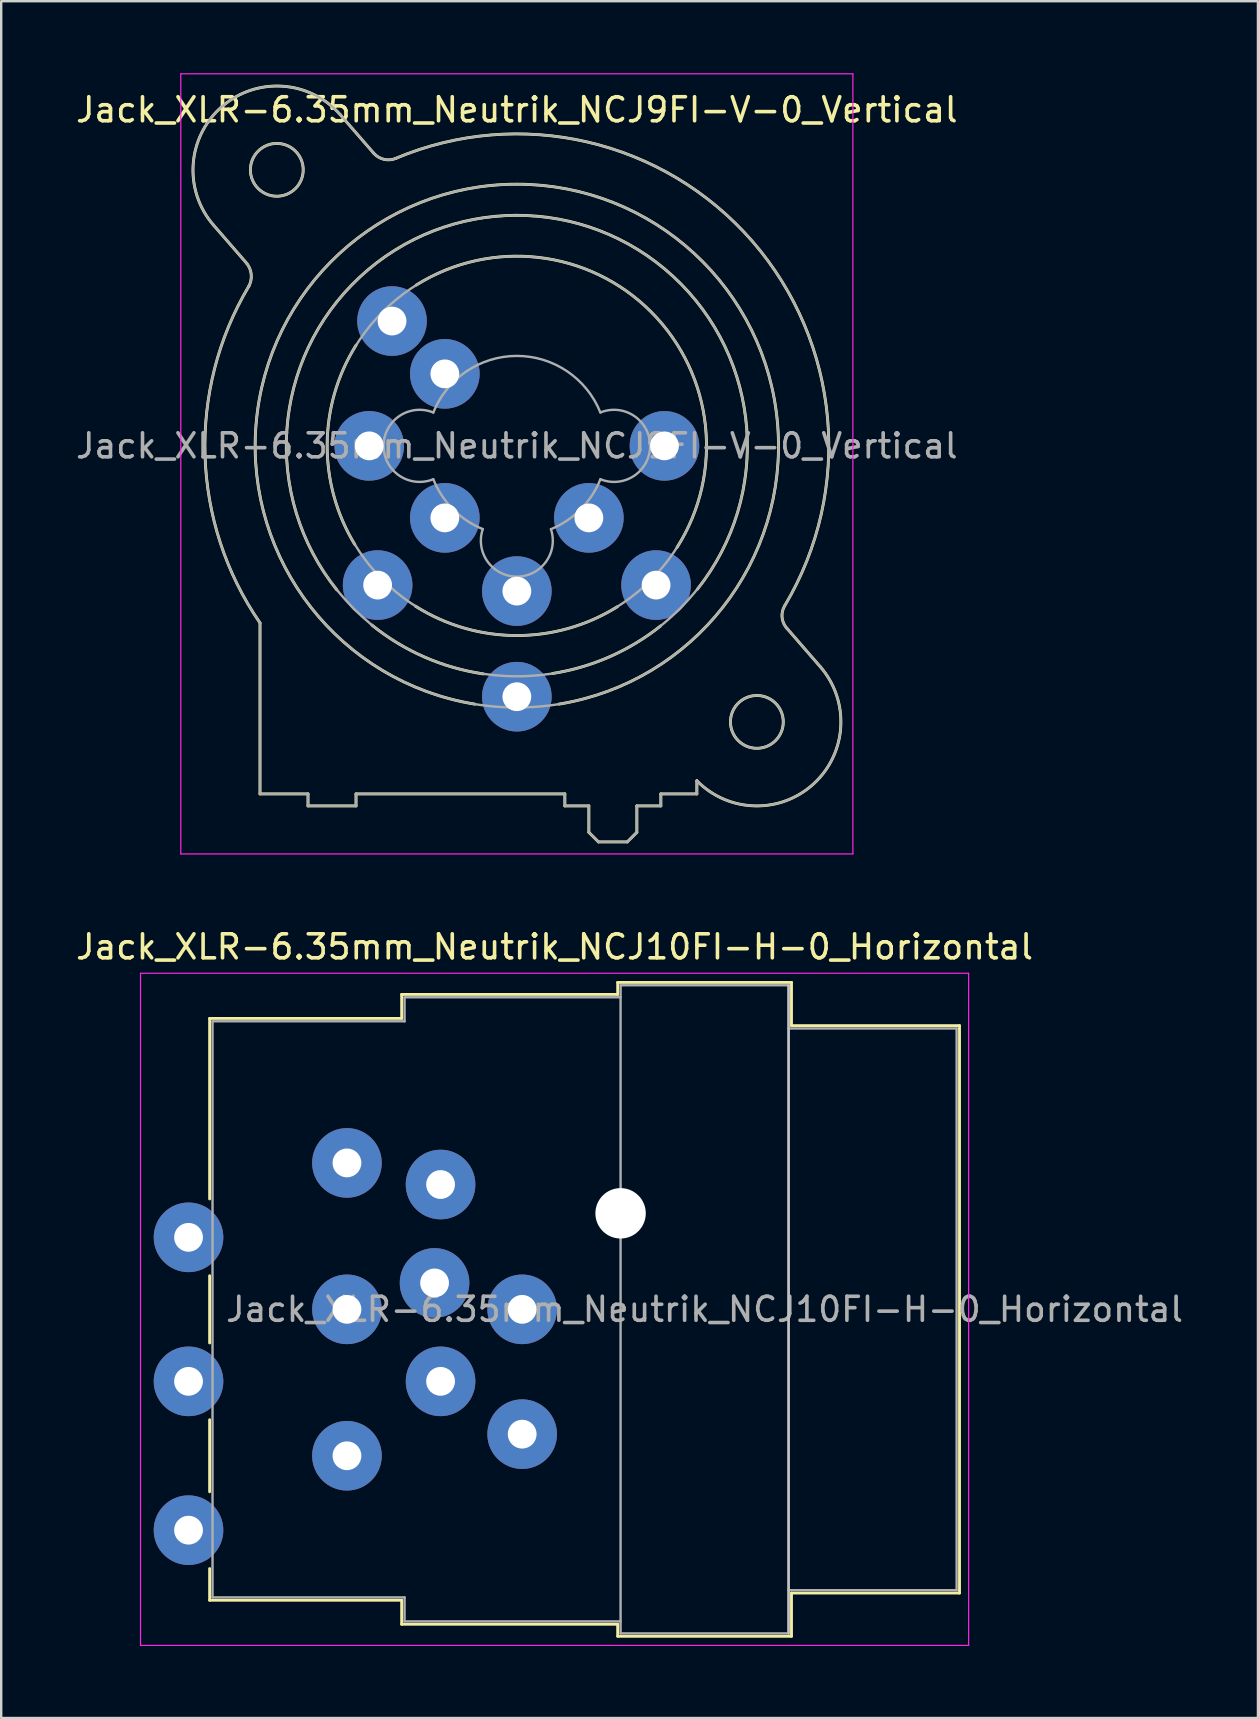
<source format=kicad_pcb>
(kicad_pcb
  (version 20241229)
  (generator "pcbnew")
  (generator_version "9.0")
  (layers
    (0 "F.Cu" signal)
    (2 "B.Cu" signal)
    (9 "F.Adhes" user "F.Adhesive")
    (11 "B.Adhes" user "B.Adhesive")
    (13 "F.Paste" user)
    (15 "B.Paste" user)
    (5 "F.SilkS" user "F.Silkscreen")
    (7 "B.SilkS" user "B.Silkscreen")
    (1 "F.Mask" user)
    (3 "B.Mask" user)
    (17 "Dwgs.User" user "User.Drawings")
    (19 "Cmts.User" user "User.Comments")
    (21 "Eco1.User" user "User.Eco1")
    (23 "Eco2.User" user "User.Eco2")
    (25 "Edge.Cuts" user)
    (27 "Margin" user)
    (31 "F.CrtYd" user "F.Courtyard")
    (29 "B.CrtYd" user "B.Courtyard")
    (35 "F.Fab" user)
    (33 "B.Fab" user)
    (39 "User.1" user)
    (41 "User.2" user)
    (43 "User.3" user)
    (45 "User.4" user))
  (footprint "Jack_XLR-6.35mm_Neutrik_NCJ10FI-H-0_Horizontal"
    (layer "F.Cu")
    (at 11.404 45.398)
    (property "Reference" "Jack_XLR-6.35mm_Neutrik_NCJ10FI-H-0_Horizontal" (at 8.65 -9 0) (layer "F.SilkS") (effects (font (size 1 1) (thickness 0.15))))
    (attr through_hole)
    (fp_line (start -5.72 -6.02) (end -5.72 1.5) (stroke (width 0.12) (type solid)) (layer "F.SilkS"))
    (fp_line (start -5.72 4.7) (end -5.72 7.5) (stroke (width 0.12) (type solid)) (layer "F.SilkS"))
    (fp_line (start -5.72 10.7) (end -5.72 13.7) (stroke (width 0.12) (type solid)) (layer "F.SilkS"))
    (fp_line (start -5.72 16.9) (end -5.72 18.22) (stroke (width 0.12) (type solid)) (layer "F.SilkS"))
    (fp_line (start 2.28 -7.02) (end 2.28 -6.02) (stroke (width 0.12) (type solid)) (layer "F.SilkS"))
    (fp_line (start 2.28 -6.02) (end -5.72 -6.02) (stroke (width 0.12) (type solid)) (layer "F.SilkS"))
    (fp_line (start 2.28 18.22) (end -5.72 18.22) (stroke (width 0.12) (type solid)) (layer "F.SilkS"))
    (fp_line (start 2.28 19.22) (end 2.28 18.22) (stroke (width 0.12) (type solid)) (layer "F.SilkS"))
    (fp_line (start 11.28 -7.02) (end 2.28 -7.02) (stroke (width 0.12) (type solid)) (layer "F.SilkS"))
    (fp_line (start 11.28 -7.02) (end 11.28 -7.52) (stroke (width 0.12) (type solid)) (layer "F.SilkS"))
    (fp_line (start 11.28 19.22) (end 2.28 19.22) (stroke (width 0.12) (type solid)) (layer "F.SilkS"))
    (fp_line (start 11.28 19.72) (end 11.28 19.22) (stroke (width 0.12) (type solid)) (layer "F.SilkS"))
    (fp_line (start 18.52 -7.52) (end 11.28 -7.52) (stroke (width 0.12) (type solid)) (layer "F.SilkS"))
    (fp_line (start 18.52 -7.52) (end 18.52 -5.72) (stroke (width 0.12) (type solid)) (layer "F.SilkS"))
    (fp_line (start 18.52 -5.72) (end 25.52 -5.72) (stroke (width 0.12) (type solid)) (layer "F.SilkS"))
    (fp_line (start 18.52 17.92) (end 18.52 19.72) (stroke (width 0.12) (type solid)) (layer "F.SilkS"))
    (fp_line (start 18.52 17.92) (end 25.52 17.92) (stroke (width 0.12) (type solid)) (layer "F.SilkS"))
    (fp_line (start 18.52 19.72) (end 11.28 19.72) (stroke (width 0.12) (type solid)) (layer "F.SilkS"))
    (fp_line (start 25.52 -5.72) (end 25.52 17.92) (stroke (width 0.12) (type solid)) (layer "F.SilkS"))
    (fp_line (start 18.4 -7.4) (end 18.4 19.6) (stroke (width 0.1) (type solid)) (layer "Dwgs.User"))
    (fp_line (start -8.6 -7.9) (end -8.6 20.1) (stroke (width 0.05) (type solid)) (layer "F.CrtYd"))
    (fp_line (start 25.9 -7.9) (end -8.6 -7.9) (stroke (width 0.05) (type solid)) (layer "F.CrtYd"))
    (fp_line (start 25.9 -7.9) (end 25.9 20.1) (stroke (width 0.05) (type solid)) (layer "F.CrtYd"))
    (fp_line (start 25.9 20.1) (end -8.6 20.1) (stroke (width 0.05) (type solid)) (layer "F.CrtYd"))
    (fp_line (start -5.6 -5.9) (end -5.6 18.1) (stroke (width 0.1) (type solid)) (layer "F.Fab"))
    (fp_line (start -5.6 18.1) (end 2.4 18.1) (stroke (width 0.1) (type solid)) (layer "F.Fab"))
    (fp_line (start 2.4 -6.9) (end 2.4 -5.9) (stroke (width 0.1) (type solid)) (layer "F.Fab"))
    (fp_line (start 2.4 -5.9) (end -5.6 -5.9) (stroke (width 0.1) (type solid)) (layer "F.Fab"))
    (fp_line (start 2.4 18.1) (end 2.4 19.1) (stroke (width 0.1) (type solid)) (layer "F.Fab"))
    (fp_line (start 2.4 19.1) (end 11.4 19.1) (stroke (width 0.1) (type solid)) (layer "F.Fab"))
    (fp_line (start 11.4 -7.4) (end 18.4 -7.4) (stroke (width 0.1) (type solid)) (layer "F.Fab"))
    (fp_line (start 11.4 -6.9) (end 2.4 -6.9) (stroke (width 0.1) (type solid)) (layer "F.Fab"))
    (fp_line (start 11.4 19.6) (end 11.4 -7.4) (stroke (width 0.1) (type solid)) (layer "F.Fab"))
    (fp_line (start 18.4 -7.4) (end 18.4 19.6) (stroke (width 0.1) (type solid)) (layer "F.Fab"))
    (fp_line (start 18.4 -5.6) (end 25.4 -5.6) (stroke (width 0.1) (type solid)) (layer "F.Fab"))
    (fp_line (start 18.4 19.6) (end 11.4 19.6) (stroke (width 0.1) (type solid)) (layer "F.Fab"))
    (fp_line (start 25.4 -5.6) (end 25.4 17.8) (stroke (width 0.1) (type solid)) (layer "F.Fab"))
    (fp_line (start 25.4 17.8) (end 18.4 17.8) (stroke (width 0.1) (type solid)) (layer "F.Fab"))
    (fp_text user "${REFERENCE}" (at 14.9 6.1 0) (layer "F.Fab") (effects (font (size 1 1) (thickness 0.15))))
    (pad "" np_thru_hole circle (at 11.4 2.1) (size 2.1 2.1) (drill 2.1) (layers "*.Cu" "*.Mask"))
    (pad "1" thru_hole circle (at 0 0) (size 2.9 2.9) (drill 1.2) (layers "*.Cu" "*.Mask"))
    (pad "2" thru_hole circle (at 0 12.2) (size 2.9 2.9) (drill 1.2) (layers "*.Cu" "*.Mask"))
    (pad "3" thru_hole circle (at 0 6.1) (size 2.9 2.9) (drill 1.2) (layers "*.Cu" "*.Mask"))
    (pad "G" thru_hole circle (at 7.3 6.1) (size 2.9 2.9) (drill 1.2) (layers "*.Cu" "*.Mask"))
    (pad "GN" thru_hole circle (at 3.65 5) (size 2.9 2.9) (drill 1.2) (layers "*.Cu" "*.Mask"))
    (pad "R" thru_hole circle (at 3.9 0.9) (size 2.9 2.9) (drill 1.2) (layers "*.Cu" "*.Mask"))
    (pad "RN" thru_hole circle (at -6.6 3.1) (size 2.9 2.9) (drill 1.2) (layers "*.Cu" "*.Mask"))
    (pad "S" thru_hole circle (at 7.3 11.3) (size 2.9 2.9) (drill 1.2) (layers "*.Cu" "*.Mask"))
    (pad "SN" thru_hole circle (at 3.9 9.1) (size 2.9 2.9) (drill 1.2) (layers "*.Cu" "*.Mask"))
    (pad "T" thru_hole circle (at -6.6 15.3) (size 2.9 2.9) (drill 1.2) (layers "*.Cu" "*.Mask"))
    (pad "TN" thru_hole circle (at -6.6 9.1) (size 2.9 2.9) (drill 1.2) (layers "*.Cu" "*.Mask")))
  (footprint "Jack_XLR-6.35mm_Neutrik_NCJ9FI-V-0_Vertical"
    (layer "F.Cu")
    (at 24.632 15.525)
    (property "Reference" "Jack_XLR-6.35mm_Neutrik_NCJ9FI-V-0_Vertical" (at -6.15 -14 0) (layer "F.SilkS") (effects (font (size 1 1) (thickness 0.15))))
    (attr through_hole)
    (fp_line (start -17.4 -7.6) (end -18.79 -9.2) (stroke (width 0.12) (type solid)) (layer "F.SilkS"))
    (fp_line (start -16.85 14.5) (end -16.85 7.38) (stroke (width 0.12) (type solid)) (layer "F.SilkS"))
    (fp_line (start -14.85 14.5) (end -16.85 14.5) (stroke (width 0.12) (type solid)) (layer "F.SilkS"))
    (fp_line (start -14.85 14.5) (end -14.85 15) (stroke (width 0.12) (type solid)) (layer "F.SilkS"))
    (fp_line (start -13.51 -13.8) (end -12.11 -12.19) (stroke (width 0.12) (type solid)) (layer "F.SilkS"))
    (fp_line (start -12.85 14.5) (end -12.85 15) (stroke (width 0.12) (type solid)) (layer "F.SilkS"))
    (fp_line (start -12.85 15) (end -14.85 15) (stroke (width 0.12) (type solid)) (layer "F.SilkS"))
    (fp_line (start -4.15 14.5) (end -12.85 14.5) (stroke (width 0.12) (type solid)) (layer "F.SilkS"))
    (fp_line (start -4.15 14.5) (end -4.15 15) (stroke (width 0.12) (type solid)) (layer "F.SilkS"))
    (fp_line (start -3.15 15) (end -4.15 15) (stroke (width 0.12) (type solid)) (layer "F.SilkS"))
    (fp_line (start -3.15 15) (end -3.15 16.1) (stroke (width 0.12) (type solid)) (layer "F.SilkS"))
    (fp_line (start -3.15 16.1) (end -2.75 16.5) (stroke (width 0.12) (type solid)) (layer "F.SilkS"))
    (fp_line (start -1.55 16.5) (end -2.75 16.5) (stroke (width 0.12) (type solid)) (layer "F.SilkS"))
    (fp_line (start -1.15 15) (end -1.15 16.1) (stroke (width 0.12) (type solid)) (layer "F.SilkS"))
    (fp_line (start -1.15 16.1) (end -1.55 16.5) (stroke (width 0.12) (type solid)) (layer "F.SilkS"))
    (fp_line (start -0.15 14.5) (end -0.15 15) (stroke (width 0.12) (type solid)) (layer "F.SilkS"))
    (fp_line (start -0.15 15) (end -1.15 15) (stroke (width 0.12) (type solid)) (layer "F.SilkS"))
    (fp_line (start 1.35 13.95) (end 1.35 14.5) (stroke (width 0.12) (type solid)) (layer "F.SilkS"))
    (fp_line (start 1.35 14.5) (end -0.15 14.5) (stroke (width 0.12) (type solid)) (layer "F.SilkS"))
    (fp_line (start 5.1 7.6) (end 6.49 9.2) (stroke (width 0.12) (type solid)) (layer "F.SilkS"))
    (fp_arc (start -18.79 -9.2) (mid -18.45 -14.14) (end -13.51 -13.8) (stroke (width 0.12) (type solid)) (layer "F.SilkS"))
    (fp_arc (start -17.400452 -7.59955) (mid -17.216295 -7.14315) (end -17.31 -6.66) (stroke (width 0.12) (type solid)) (layer "F.SilkS"))
    (fp_arc (start -16.851206 7.374645) (mid -19.139261 0.42462) (end -17.31 -6.66) (stroke (width 0.12) (type solid)) (layer "F.SilkS"))
    (fp_arc (start -13.65 6) (mid -6.168408 -9.604669) (end 1.372943 5.971208) (stroke (width 0.12) (type solid)) (layer "F.SilkS"))
    (fp_arc (start -12.9 4.11) (mid -14.052663 -0.0501) (end -12.847348 -4.195251) (stroke (width 0.12) (type solid)) (layer "F.SilkS"))
    (fp_arc (start -11.201352 -11.974349) (mid 3.655031 -8.530097) (end 5.01 6.66) (stroke (width 0.12) (type solid)) (layer "F.SilkS"))
    (fp_arc (start -11.177539 -11.981856) (mid -11.677484 -11.93489) (end -12.11 -12.19) (stroke (width 0.12) (type solid)) (layer "F.SilkS"))
    (fp_arc (start -10.34 -6.7) (mid -0.544787 -5.570251) (end 0.523653 4.231839) (stroke (width 0.12) (type solid)) (layer "F.SilkS"))
    (fp_arc (start -7.9 10.76) (mid -6.152346 -10.90138) (end -4.395368 10.759246) (stroke (width 0.12) (type solid)) (layer "F.SilkS"))
    (fp_arc (start -7.55 9.5) (mid -10.007174 8.793873) (end -12.190932 7.464391) (stroke (width 0.12) (type solid)) (layer "F.SilkS"))
    (fp_arc (start -1.96 6.7) (mid -6.167825 7.902264) (end -10.370184 6.681029) (stroke (width 0.12) (type solid)) (layer "F.SilkS"))
    (fp_arc (start -0.16 7.5) (mid -2.282236 8.784674) (end -4.662837 9.482534) (stroke (width 0.12) (type solid)) (layer "F.SilkS"))
    (fp_arc (start 5.109394 7.611661) (mid 4.900255 7.152483) (end 5.01 6.66) (stroke (width 0.12) (type solid)) (layer "F.SilkS"))
    (fp_arc (start 6.49 9.2) (mid 6.227307 14.070606) (end 1.351052 13.95252) (stroke (width 0.12) (type solid)) (layer "F.SilkS"))
    (fp_circle (center -16.15 -11.5) (end -15.05 -11.5) (stroke (width 0.12) (type solid)) (fill no) (layer "F.SilkS"))
    (fp_circle (center 3.85 11.5) (end 4.95 11.5) (stroke (width 0.12) (type solid)) (fill no) (layer "F.SilkS"))
    (fp_line (start -20.15 -15.5) (end 7.85 -15.5) (stroke (width 0.05) (type solid)) (layer "F.CrtYd"))
    (fp_line (start -20.15 17) (end -20.15 -15.5) (stroke (width 0.05) (type solid)) (layer "F.CrtYd"))
    (fp_line (start 7.85 -15.5) (end 7.85 17) (stroke (width 0.05) (type solid)) (layer "F.CrtYd"))
    (fp_line (start 7.85 17) (end -20.15 17) (stroke (width 0.05) (type solid)) (layer "F.CrtYd"))
    (fp_line (start -17.4 -7.6) (end -18.79 -9.2) (stroke (width 0.1) (type solid)) (layer "F.Fab"))
    (fp_line (start -16.85 14.5) (end -16.85 7.38) (stroke (width 0.1) (type solid)) (layer "F.Fab"))
    (fp_line (start -14.85 14.5) (end -16.85 14.5) (stroke (width 0.1) (type solid)) (layer "F.Fab"))
    (fp_line (start -14.85 14.5) (end -14.85 15) (stroke (width 0.1) (type solid)) (layer "F.Fab"))
    (fp_line (start -13.51 -13.8) (end -12.11 -12.19) (stroke (width 0.1) (type solid)) (layer "F.Fab"))
    (fp_line (start -12.85 14.5) (end -12.85 15) (stroke (width 0.1) (type solid)) (layer "F.Fab"))
    (fp_line (start -12.85 15) (end -14.85 15) (stroke (width 0.1) (type solid)) (layer "F.Fab"))
    (fp_line (start -4.15 14.5) (end -12.85 14.5) (stroke (width 0.1) (type solid)) (layer "F.Fab"))
    (fp_line (start -4.15 14.5) (end -4.15 15) (stroke (width 0.1) (type solid)) (layer "F.Fab"))
    (fp_line (start -3.15 15) (end -4.15 15) (stroke (width 0.1) (type solid)) (layer "F.Fab"))
    (fp_line (start -3.15 15) (end -3.15 16.1) (stroke (width 0.1) (type solid)) (layer "F.Fab"))
    (fp_line (start -3.15 16.1) (end -2.75 16.5) (stroke (width 0.1) (type solid)) (layer "F.Fab"))
    (fp_line (start -1.55 16.5) (end -2.75 16.5) (stroke (width 0.1) (type solid)) (layer "F.Fab"))
    (fp_line (start -1.15 15) (end -1.15 16.1) (stroke (width 0.1) (type solid)) (layer "F.Fab"))
    (fp_line (start -1.15 16.1) (end -1.55 16.5) (stroke (width 0.1) (type solid)) (layer "F.Fab"))
    (fp_line (start -0.15 14.5) (end -0.15 15) (stroke (width 0.1) (type solid)) (layer "F.Fab"))
    (fp_line (start -0.15 15) (end -1.15 15) (stroke (width 0.1) (type solid)) (layer "F.Fab"))
    (fp_line (start 1.35 13.95) (end 1.35 14.5) (stroke (width 0.1) (type solid)) (layer "F.Fab"))
    (fp_line (start 1.35 14.5) (end -0.15 14.5) (stroke (width 0.1) (type solid)) (layer "F.Fab"))
    (fp_line (start 5.1 7.6) (end 6.49 9.2) (stroke (width 0.1) (type solid)) (layer "F.Fab"))
    (fp_arc (start -18.79 -9.2) (mid -18.45 -14.14) (end -13.51 -13.8) (stroke (width 0.1) (type solid)) (layer "F.Fab"))
    (fp_arc (start -17.400452 -7.59955) (mid -17.216295 -7.14315) (end -17.31 -6.66) (stroke (width 0.1) (type solid)) (layer "F.Fab"))
    (fp_arc (start -16.851206 7.374645) (mid -19.139261 0.42462) (end -17.31 -6.66) (stroke (width 0.1) (type solid)) (layer "F.Fab"))
    (fp_arc (start -11.201352 -11.974349) (mid 3.655031 -8.530097) (end 5.01 6.66) (stroke (width 0.1) (type solid)) (layer "F.Fab"))
    (fp_arc (start -11.177539 -11.981856) (mid -11.677484 -11.93489) (end -12.11 -12.19) (stroke (width 0.1) (type solid)) (layer "F.Fab"))
    (fp_arc (start -9.634717 1.391925) (mid -11.702329 -0.002547) (end -9.63 -1.39) (stroke (width 0.1) (type solid)) (layer "F.Fab"))
    (fp_arc (start -9.631116 -1.387204) (mid -6.151505 -3.747333) (end -2.67 -1.39) (stroke (width 0.1) (type solid)) (layer "F.Fab"))
    (fp_arc (start -7.567529 3.468878) (mid -8.810241 2.639246) (end -9.63 1.39) (stroke (width 0.1) (type solid)) (layer "F.Fab"))
    (fp_arc (start -4.729599 3.471189) (mid -6.150627 5.448932) (end -7.57 3.47) (stroke (width 0.1) (type solid)) (layer "F.Fab"))
    (fp_arc (start -2.667476 1.389002) (mid -3.487046 2.639314) (end -4.73 3.47) (stroke (width 0.1) (type solid)) (layer "F.Fab"))
    (fp_arc (start -2.665283 -1.391925) (mid -0.597671 0.002547) (end -2.67 1.39) (stroke (width 0.1) (type solid)) (layer "F.Fab"))
    (fp_arc (start 5.109394 7.611661) (mid 4.900255 7.152483) (end 5.01 6.66) (stroke (width 0.1) (type solid)) (layer "F.Fab"))
    (fp_arc (start 6.49 9.2) (mid 6.227307 14.070606) (end 1.351052 13.95252) (stroke (width 0.1) (type solid)) (layer "F.Fab"))
    (fp_circle (center -16.15 -11.5) (end -15.05 -11.5) (stroke (width 0.1) (type solid)) (fill no) (layer "F.Fab"))
    (fp_circle (center -6.15 0) (end 1.75 0) (stroke (width 0.1) (type solid)) (fill no) (layer "F.Fab"))
    (fp_circle (center -6.15 0) (end 3.45 0) (stroke (width 0.1) (type solid)) (fill no) (layer "F.Fab"))
    (fp_circle (center -6.15 0) (end 4.75 0) (stroke (width 0.1) (type solid)) (fill no) (layer "F.Fab"))
    (fp_circle (center 3.85 11.5) (end 4.95 11.5) (stroke (width 0.1) (type solid)) (fill no) (layer "F.Fab"))
    (fp_text user "${REFERENCE}" (at -6.15 0 0) (layer "F.Fab") (effects (font (size 1 1) (thickness 0.15))))
    (pad "1" thru_hole circle (at 0 0) (size 2.9 2.9) (drill 1.2) (layers "*.Cu" "*.Mask"))
    (pad "2" thru_hole circle (at -12.3 0) (size 2.9 2.9) (drill 1.2) (layers "*.Cu" "*.Mask"))
    (pad "3" thru_hole circle (at -6.15 6.05) (size 2.9 2.9) (drill 1.2) (layers "*.Cu" "*.Mask"))
    (pad "G" thru_hole circle (at -6.15 10.45) (size 2.9 2.9) (drill 1.2) (layers "*.Cu" "*.Mask"))
    (pad "R" thru_hole circle (at -0.35 5.8) (size 2.9 2.9) (drill 1.2) (layers "*.Cu" "*.Mask"))
    (pad "RN" thru_hole circle (at -3.15 3) (size 2.9 2.9) (drill 1.2) (layers "*.Cu" "*.Mask"))
    (pad "S" thru_hole circle (at -11.95 5.8) (size 2.9 2.9) (drill 1.2) (layers "*.Cu" "*.Mask"))
    (pad "SN" thru_hole circle (at -9.15 3) (size 2.9 2.9) (drill 1.2) (layers "*.Cu" "*.Mask"))
    (pad "T" thru_hole circle (at -11.35 -5.2) (size 2.9 2.9) (drill 1.2) (layers "*.Cu" "*.Mask"))
    (pad "TN" thru_hole circle (at -9.15 -3) (size 2.9 2.9) (drill 1.2) (layers "*.Cu" "*.Mask")))
  (gr_rect
    (start -3 -3)
    (end 49.357 68.523)
    (stroke (width 0.1) (type default))
    (fill no)
    (layer "Edge.Cuts")))
</source>
